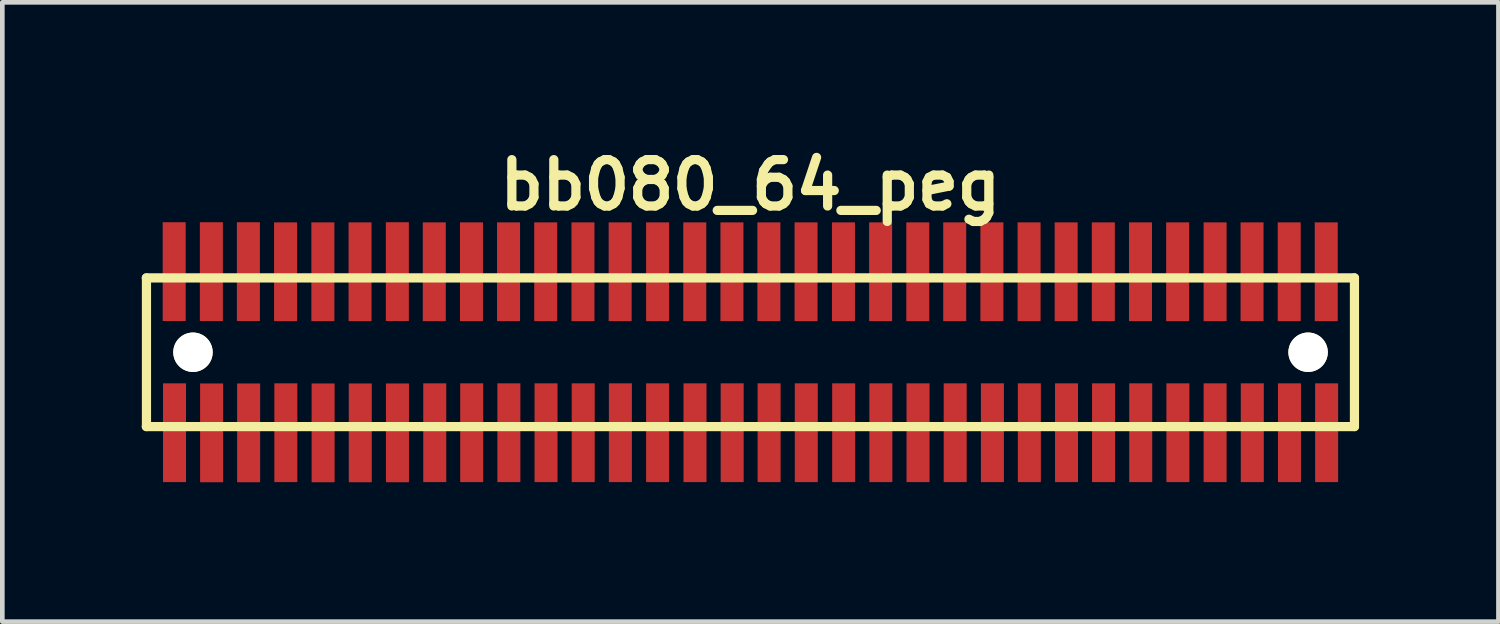
<source format=kicad_pcb>
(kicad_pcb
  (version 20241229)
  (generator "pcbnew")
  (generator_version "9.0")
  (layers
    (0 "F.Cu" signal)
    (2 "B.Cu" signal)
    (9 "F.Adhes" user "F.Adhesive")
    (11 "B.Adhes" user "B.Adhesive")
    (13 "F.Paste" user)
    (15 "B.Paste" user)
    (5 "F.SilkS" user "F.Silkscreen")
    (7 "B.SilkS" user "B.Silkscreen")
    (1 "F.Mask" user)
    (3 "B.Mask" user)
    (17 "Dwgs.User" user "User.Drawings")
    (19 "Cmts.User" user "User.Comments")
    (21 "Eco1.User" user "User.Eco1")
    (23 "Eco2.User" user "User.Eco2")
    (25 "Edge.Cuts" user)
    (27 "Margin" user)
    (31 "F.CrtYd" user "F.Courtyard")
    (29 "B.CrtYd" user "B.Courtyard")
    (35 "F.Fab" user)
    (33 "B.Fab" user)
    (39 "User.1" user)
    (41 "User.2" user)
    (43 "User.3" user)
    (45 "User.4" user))
  (footprint "bb080_64_peg"
    (layer "F.Cu")
    (at 13.099 4.531)
    (property "Reference" "bb080_64_peg" (at 0 -3.599 0) (layer "F.SilkS") (effects (font (size 0.998 0.998) (thickness 0.198))))
    (attr through_hole)
    (fp_line (start -13 1.6) (end 13.002 1.6) (stroke (width 0.198) (type solid)) (layer "F.SilkS"))
    (fp_line (start -12.997 -1.6) (end -12.997 1.6) (stroke (width 0.198) (type solid)) (layer "F.SilkS"))
    (fp_line (start 13.002 -1.6) (end -13 -1.6) (stroke (width 0.198) (type solid)) (layer "F.SilkS"))
    (fp_line (start 13.002 1.6) (end 13.002 -1.6) (stroke (width 0.198) (type solid)) (layer "F.SilkS"))
    (pad "" np_thru_hole circle (at -11.996 0) (size 0.848 0.848) (drill 0.848) (layers "*.Cu" "*.Mask" "F.SilkS"))
    (pad "" np_thru_hole circle (at 12.004 0) (size 0.848 0.848) (drill 0.848) (layers "*.Cu" "*.Mask" "F.SilkS"))
    (pad "1" smd rect (at -12.393 1.732) (size 0.495 2.126) (layers "F.Cu" "F.Mask" "F.Paste"))
    (pad "2" smd rect (at -12.4 -1.735) (size 0.495 2.126) (layers "F.Cu" "F.Mask" "F.Paste"))
    (pad "3" smd rect (at -11.595 1.735) (size 0.495 2.126) (layers "F.Cu" "F.Mask" "F.Paste"))
    (pad "4" smd rect (at -11.6 -1.735) (size 0.495 2.126) (layers "F.Cu" "F.Mask" "F.Paste"))
    (pad "5" smd rect (at -10.798 1.735) (size 0.495 2.126) (layers "F.Cu" "F.Mask" "F.Paste"))
    (pad "6" smd rect (at -10.803 -1.735) (size 0.495 2.126) (layers "F.Cu" "F.Mask" "F.Paste"))
    (pad "7" smd rect (at -9.997 1.732) (size 0.495 2.126) (layers "F.Cu" "F.Mask" "F.Paste"))
    (pad "8" smd rect (at -10.003 -1.732) (size 0.495 2.126) (layers "F.Cu" "F.Mask" "F.Paste"))
    (pad "9" smd rect (at -9.195 1.735) (size 0.495 2.126) (layers "F.Cu" "F.Mask" "F.Paste"))
    (pad "10" smd rect (at -9.2 -1.732) (size 0.495 2.126) (layers "F.Cu" "F.Mask" "F.Paste"))
    (pad "11" smd rect (at -8.395 1.735) (size 0.495 2.126) (layers "F.Cu" "F.Mask" "F.Paste"))
    (pad "12" smd rect (at -8.4 -1.732) (size 0.495 2.126) (layers "F.Cu" "F.Mask" "F.Paste"))
    (pad "13" smd rect (at -7.595 1.735) (size 0.495 2.126) (layers "F.Cu" "F.Mask" "F.Paste"))
    (pad "14" smd rect (at -7.597 -1.735) (size 0.495 2.126) (layers "F.Cu" "F.Mask" "F.Paste"))
    (pad "15" smd rect (at -6.792 1.732) (size 0.495 2.126) (layers "F.Cu" "F.Mask" "F.Paste"))
    (pad "16" smd rect (at -6.802 -1.732) (size 0.495 2.126) (layers "F.Cu" "F.Mask" "F.Paste"))
    (pad "17" smd rect (at -5.997 1.732) (size 0.495 2.126) (layers "F.Cu" "F.Mask" "F.Paste"))
    (pad "18" smd rect (at -6.002 -1.732) (size 0.495 2.126) (layers "F.Cu" "F.Mask" "F.Paste"))
    (pad "19" smd rect (at -5.197 1.732) (size 0.495 2.126) (layers "F.Cu" "F.Mask" "F.Paste"))
    (pad "20" smd rect (at -5.204 -1.732) (size 0.495 2.126) (layers "F.Cu" "F.Mask" "F.Paste"))
    (pad "21" smd rect (at -4.397 1.732) (size 0.495 2.126) (layers "F.Cu" "F.Mask" "F.Paste"))
    (pad "22" smd rect (at -4.404 -1.732) (size 0.495 2.126) (layers "F.Cu" "F.Mask" "F.Paste"))
    (pad "23" smd rect (at -3.597 1.732) (size 0.495 2.126) (layers "F.Cu" "F.Mask" "F.Paste"))
    (pad "24" smd rect (at -3.602 -1.732) (size 0.495 2.126) (layers "F.Cu" "F.Mask" "F.Paste"))
    (pad "25" smd rect (at -2.797 1.732) (size 0.495 2.126) (layers "F.Cu" "F.Mask" "F.Paste"))
    (pad "26" smd rect (at -2.802 -1.732) (size 0.495 2.126) (layers "F.Cu" "F.Mask" "F.Paste"))
    (pad "27" smd rect (at -1.996 1.732) (size 0.495 2.126) (layers "F.Cu" "F.Mask" "F.Paste"))
    (pad "28" smd rect (at -1.996 -1.732) (size 0.495 2.126) (layers "F.Cu" "F.Mask" "F.Paste"))
    (pad "29" smd rect (at -1.191 1.732) (size 0.495 2.126) (layers "F.Cu" "F.Mask" "F.Paste"))
    (pad "30" smd rect (at -1.196 -1.732) (size 0.495 2.126) (layers "F.Cu" "F.Mask" "F.Paste"))
    (pad "31" smd rect (at -0.391 1.732) (size 0.495 2.126) (layers "F.Cu" "F.Mask" "F.Paste"))
    (pad "32" smd rect (at -0.396 -1.732) (size 0.495 2.126) (layers "F.Cu" "F.Mask" "F.Paste"))
    (pad "33" smd rect (at 0.404 1.732) (size 0.495 2.126) (layers "F.Cu" "F.Mask" "F.Paste"))
    (pad "34" smd rect (at 0.399 -1.732) (size 0.495 2.126) (layers "F.Cu" "F.Mask" "F.Paste"))
    (pad "35" smd rect (at 1.204 1.732) (size 0.495 2.126) (layers "F.Cu" "F.Mask" "F.Paste"))
    (pad "36" smd rect (at 1.199 -1.732) (size 0.495 2.126) (layers "F.Cu" "F.Mask" "F.Paste"))
    (pad "37" smd rect (at 2.009 1.732) (size 0.495 2.126) (layers "F.Cu" "F.Mask" "F.Paste"))
    (pad "38" smd rect (at 2.004 -1.732) (size 0.495 2.126) (layers "F.Cu" "F.Mask" "F.Paste"))
    (pad "39" smd rect (at 2.809 1.732) (size 0.495 2.126) (layers "F.Cu" "F.Mask" "F.Paste"))
    (pad "40" smd rect (at 2.804 -1.732) (size 0.495 2.126) (layers "F.Cu" "F.Mask" "F.Paste"))
    (pad "41" smd rect (at 3.609 1.732) (size 0.495 2.126) (layers "F.Cu" "F.Mask" "F.Paste"))
    (pad "42" smd rect (at 3.604 -1.732) (size 0.495 2.126) (layers "F.Cu" "F.Mask" "F.Paste"))
    (pad "43" smd rect (at 4.409 1.732) (size 0.495 2.126) (layers "F.Cu" "F.Mask" "F.Paste"))
    (pad "44" smd rect (at 4.399 -1.732) (size 0.495 2.126) (layers "F.Cu" "F.Mask" "F.Paste"))
    (pad "45" smd rect (at 5.21 1.732) (size 0.495 2.126) (layers "F.Cu" "F.Mask" "F.Paste"))
    (pad "46" smd rect (at 5.199 -1.732) (size 0.495 2.126) (layers "F.Cu" "F.Mask" "F.Paste"))
    (pad "47" smd rect (at 6.005 1.732) (size 0.495 2.126) (layers "F.Cu" "F.Mask" "F.Paste"))
    (pad "48" smd rect (at 5.999 -1.732) (size 0.495 2.126) (layers "F.Cu" "F.Mask" "F.Paste"))
    (pad "49" smd rect (at 6.805 1.732) (size 0.495 2.126) (layers "F.Cu" "F.Mask" "F.Paste"))
    (pad "50" smd rect (at 6.797 -1.732) (size 0.495 2.126) (layers "F.Cu" "F.Mask" "F.Paste"))
    (pad "51" smd rect (at 7.602 1.732) (size 0.495 2.126) (layers "F.Cu" "F.Mask" "F.Paste"))
    (pad "52" smd rect (at 7.597 -1.732) (size 0.495 2.126) (layers "F.Cu" "F.Mask" "F.Paste"))
    (pad "53" smd rect (at 8.402 1.732) (size 0.495 2.126) (layers "F.Cu" "F.Mask" "F.Paste"))
    (pad "54" smd rect (at 8.397 -1.732) (size 0.495 2.126) (layers "F.Cu" "F.Mask" "F.Paste"))
    (pad "55" smd rect (at 9.202 1.732) (size 0.495 2.126) (layers "F.Cu" "F.Mask" "F.Paste"))
    (pad "56" smd rect (at 9.197 -1.732) (size 0.495 2.126) (layers "F.Cu" "F.Mask" "F.Paste"))
    (pad "57" smd rect (at 10.003 1.732) (size 0.495 2.126) (layers "F.Cu" "F.Mask" "F.Paste"))
    (pad "58" smd rect (at 10.003 -1.732) (size 0.495 2.126) (layers "F.Cu" "F.Mask" "F.Paste"))
    (pad "59" smd rect (at 10.803 1.732) (size 0.495 2.126) (layers "F.Cu" "F.Mask" "F.Paste"))
    (pad "60" smd rect (at 10.798 -1.732) (size 0.495 2.126) (layers "F.Cu" "F.Mask" "F.Paste"))
    (pad "61" smd rect (at 11.603 1.732) (size 0.495 2.126) (layers "F.Cu" "F.Mask" "F.Paste"))
    (pad "62" smd rect (at 11.598 -1.732) (size 0.495 2.126) (layers "F.Cu" "F.Mask" "F.Paste"))
    (pad "63" smd rect (at 12.403 1.732) (size 0.495 2.126) (layers "F.Cu" "F.Mask" "F.Paste"))
    (pad "64" smd rect (at 12.395 -1.732) (size 0.495 2.126) (layers "F.Cu" "F.Mask" "F.Paste")))
  (gr_rect
    (start -3 -3)
    (end 29.2 10.329)
    (stroke (width 0.1) (type default))
    (fill no)
    (layer "Edge.Cuts")))
</source>
